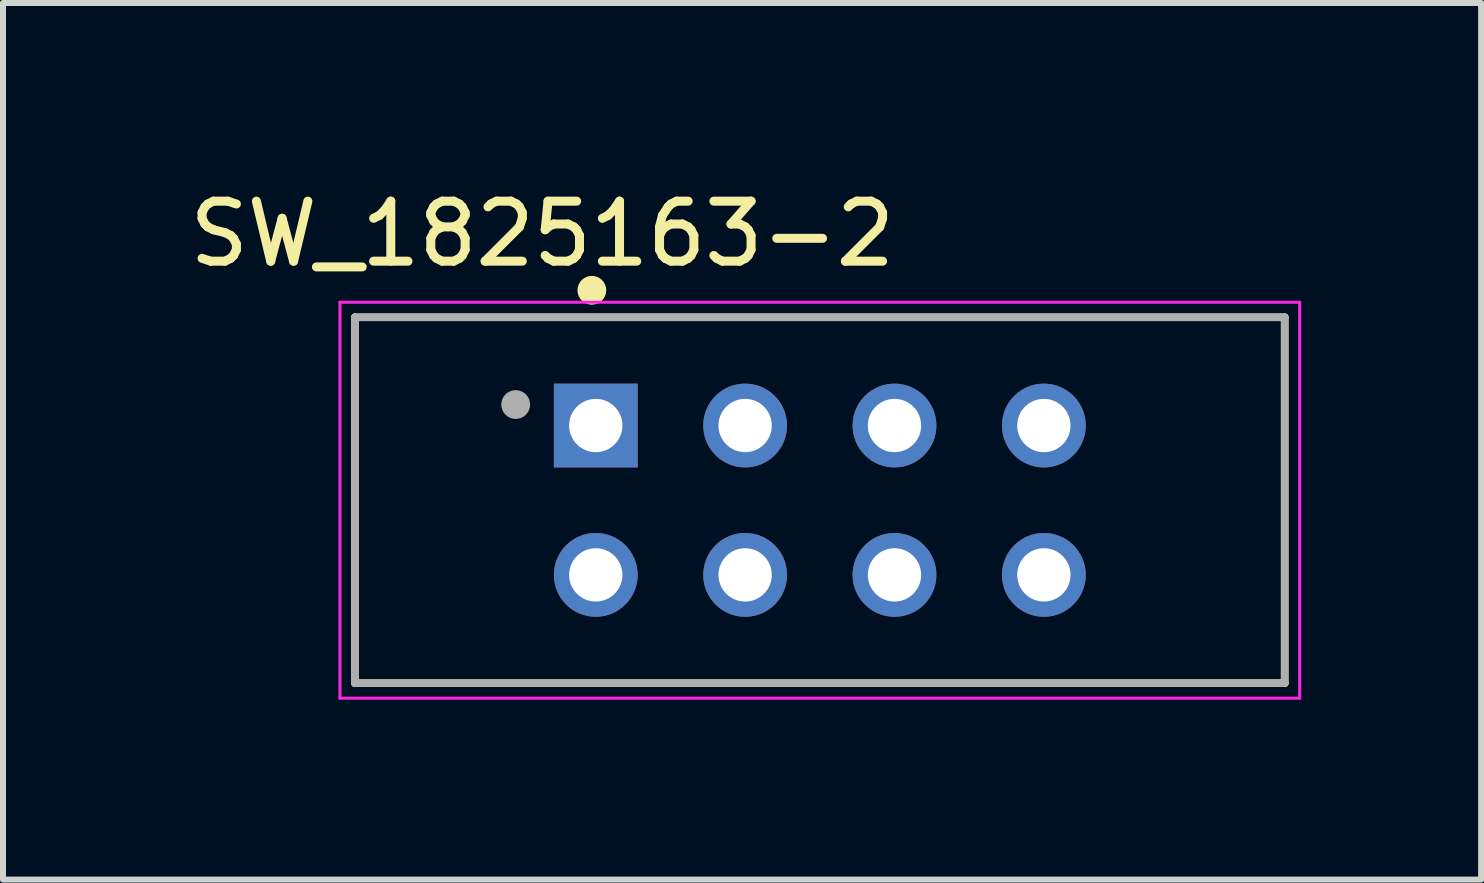
<source format=kicad_pcb>
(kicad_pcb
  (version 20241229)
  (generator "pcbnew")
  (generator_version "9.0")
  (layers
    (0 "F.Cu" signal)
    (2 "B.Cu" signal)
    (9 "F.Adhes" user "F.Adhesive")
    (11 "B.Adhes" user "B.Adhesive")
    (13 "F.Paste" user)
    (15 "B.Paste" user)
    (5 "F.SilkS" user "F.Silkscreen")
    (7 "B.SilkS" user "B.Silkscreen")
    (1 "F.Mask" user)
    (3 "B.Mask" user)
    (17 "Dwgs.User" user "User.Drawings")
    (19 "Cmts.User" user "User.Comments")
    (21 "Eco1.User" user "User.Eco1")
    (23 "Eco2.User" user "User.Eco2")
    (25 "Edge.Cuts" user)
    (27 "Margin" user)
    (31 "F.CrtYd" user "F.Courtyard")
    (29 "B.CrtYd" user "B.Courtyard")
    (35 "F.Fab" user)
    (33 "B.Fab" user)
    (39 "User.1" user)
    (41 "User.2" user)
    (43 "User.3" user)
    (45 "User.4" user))
  (footprint "SW_1825163-2"
    (layer "F.Cu")
    (at 6.882 4.044)
    (property "Reference" "SW_1825163-2" (at -0.891 -3.195 0) (layer "F.SilkS") (effects (font (size 1.001 1.001) (thickness 0.15))))
    (attr through_hole)
    (fp_line (start -4.015 -1.805) (end 11.485 -1.805) (stroke (width 0.127) (type solid)) (layer "F.SilkS"))
    (fp_line (start -4.015 4.295) (end -4.015 -1.805) (stroke (width 0.127) (type solid)) (layer "F.SilkS"))
    (fp_line (start 11.485 -1.805) (end 11.485 4.295) (stroke (width 0.127) (type solid)) (layer "F.SilkS"))
    (fp_line (start 11.485 4.295) (end -4.015 4.295) (stroke (width 0.127) (type solid)) (layer "F.SilkS"))
    (fp_circle (center -0.065 -2.255) (end 0.055 -2.255) (stroke (width 0.24) (type solid)) (fill no) (layer "F.SilkS"))
    (fp_line (start -4.265 -2.055) (end 11.735 -2.055) (stroke (width 0.05) (type solid)) (layer "F.CrtYd"))
    (fp_line (start -4.265 4.545) (end -4.265 -2.055) (stroke (width 0.05) (type solid)) (layer "F.CrtYd"))
    (fp_line (start 11.735 -2.055) (end 11.735 4.545) (stroke (width 0.05) (type solid)) (layer "F.CrtYd"))
    (fp_line (start 11.735 4.545) (end -4.265 4.545) (stroke (width 0.05) (type solid)) (layer "F.CrtYd"))
    (fp_line (start -4.015 -1.805) (end 11.485 -1.805) (stroke (width 0.127) (type solid)) (layer "F.Fab"))
    (fp_line (start -4.015 4.295) (end -4.015 -1.805) (stroke (width 0.127) (type solid)) (layer "F.Fab"))
    (fp_line (start 11.485 -1.805) (end 11.485 4.295) (stroke (width 0.127) (type solid)) (layer "F.Fab"))
    (fp_line (start 11.485 4.295) (end -4.015 4.295) (stroke (width 0.127) (type solid)) (layer "F.Fab"))
    (fp_circle (center -1.335 -0.35) (end -1.215 -0.35) (stroke (width 0.24) (type solid)) (fill no) (layer "F.Fab"))
    (pad "1" thru_hole rect (at 0 0) (size 1.397 1.397) (drill 0.889) (layers "*.Cu" "*.Mask"))
    (pad "2" thru_hole circle (at 2.49 0) (size 1.397 1.397) (drill 0.889) (layers "*.Cu" "*.Mask"))
    (pad "3" thru_hole circle (at 4.98 0) (size 1.397 1.397) (drill 0.889) (layers "*.Cu" "*.Mask"))
    (pad "4" thru_hole circle (at 7.47 0) (size 1.397 1.397) (drill 0.889) (layers "*.Cu" "*.Mask"))
    (pad "5" thru_hole circle (at 0 2.49) (size 1.397 1.397) (drill 0.889) (layers "*.Cu" "*.Mask"))
    (pad "6" thru_hole circle (at 2.49 2.49) (size 1.397 1.397) (drill 0.889) (layers "*.Cu" "*.Mask"))
    (pad "7" thru_hole circle (at 4.98 2.49) (size 1.397 1.397) (drill 0.889) (layers "*.Cu" "*.Mask"))
    (pad "8" thru_hole circle (at 7.47 2.49) (size 1.397 1.397) (drill 0.889) (layers "*.Cu" "*.Mask")))
  (gr_rect
    (start -3 -3)
    (end 21.642 11.614)
    (stroke (width 0.1) (type default))
    (fill no)
    (layer "Edge.Cuts")))
</source>
